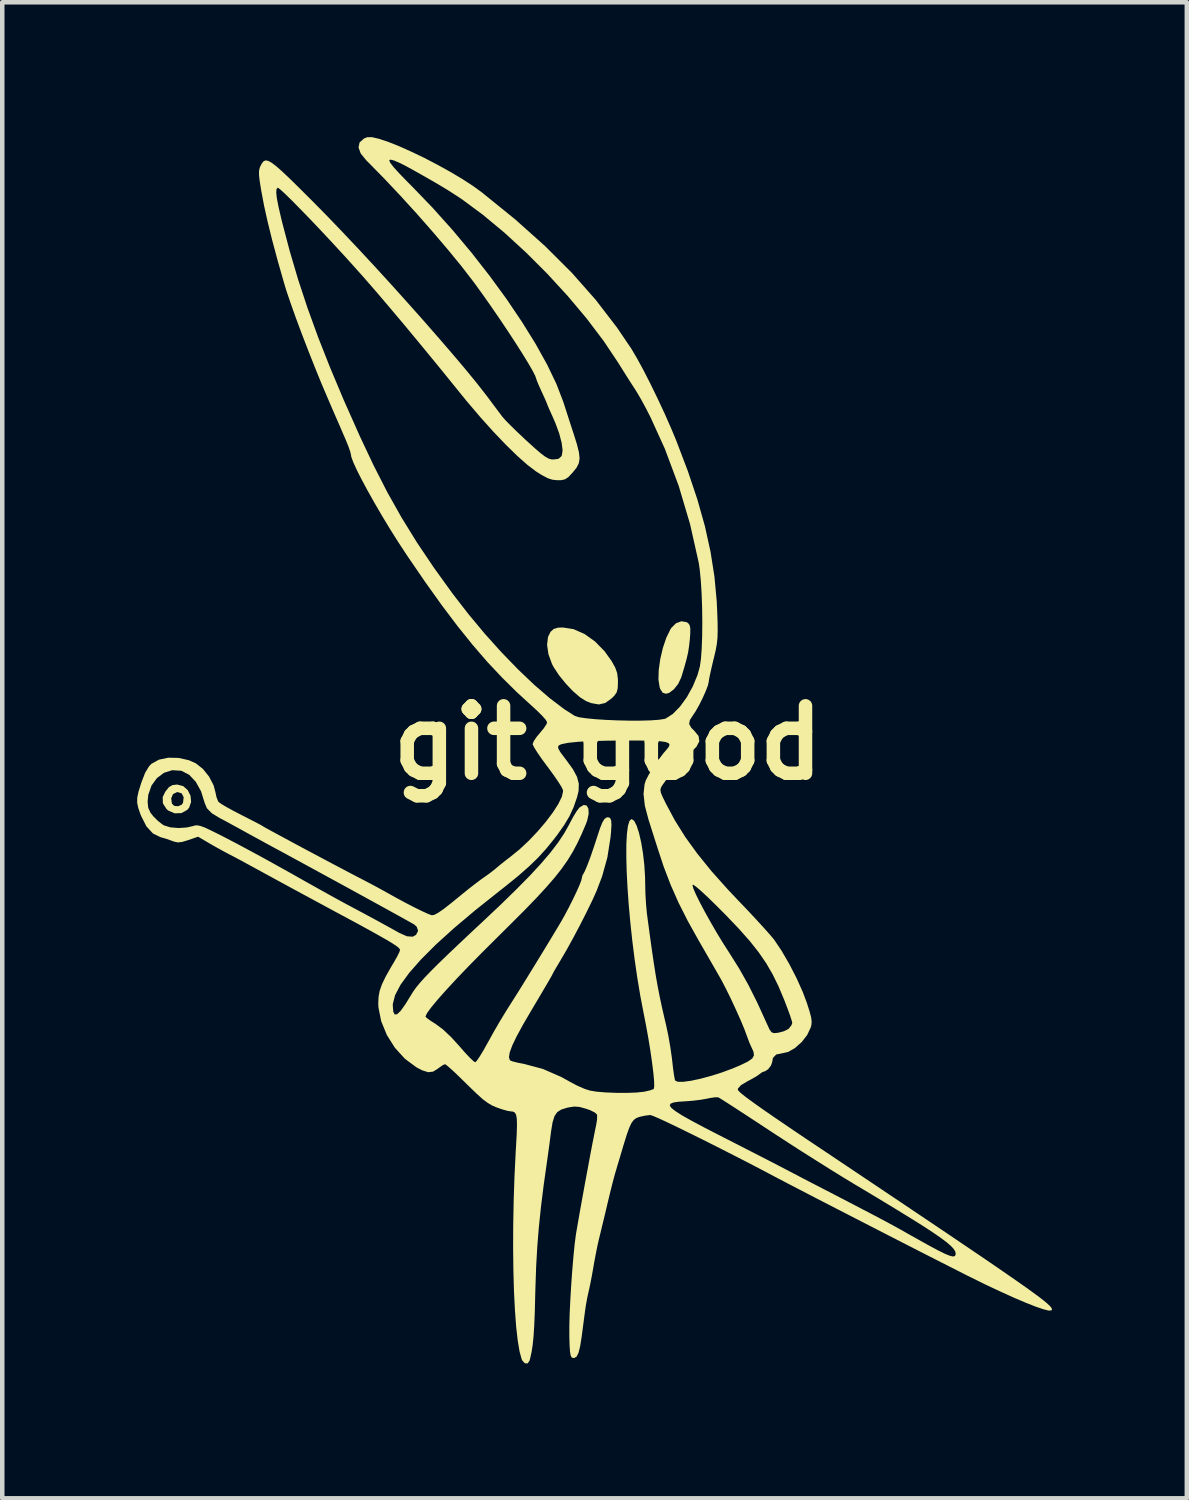
<source format=kicad_pcb>
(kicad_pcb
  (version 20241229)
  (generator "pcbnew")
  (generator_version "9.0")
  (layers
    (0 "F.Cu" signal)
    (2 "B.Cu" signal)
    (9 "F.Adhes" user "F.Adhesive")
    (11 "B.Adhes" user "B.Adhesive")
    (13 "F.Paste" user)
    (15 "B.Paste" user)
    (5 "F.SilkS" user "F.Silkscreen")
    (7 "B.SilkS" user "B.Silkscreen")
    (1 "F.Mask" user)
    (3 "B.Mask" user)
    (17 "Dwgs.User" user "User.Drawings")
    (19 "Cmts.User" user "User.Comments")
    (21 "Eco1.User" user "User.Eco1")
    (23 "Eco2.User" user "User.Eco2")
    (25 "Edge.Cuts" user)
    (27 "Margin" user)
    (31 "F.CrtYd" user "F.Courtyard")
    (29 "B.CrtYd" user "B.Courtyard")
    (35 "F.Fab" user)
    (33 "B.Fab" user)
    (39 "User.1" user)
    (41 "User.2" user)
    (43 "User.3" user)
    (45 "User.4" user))
  (footprint "git good"
    (layer "F.Cu")
    (at 10.47 13.468)
    (property "Reference" "git good" (at 0 0 0) (layer "F.SilkS") (effects (font (size 1.5 1.5) (thickness 0.3))))
    (attr board_only exclude_from_pos_files exclude_from_bom)
    (fp_poly (pts (xy 1.748 -2.683) (xy 1.784 -2.659) (xy 1.816 -2.617) (xy 1.831 -2.546) (xy 1.83 -2.427) (xy 1.821 -2.303) (xy 1.804 -2.149) (xy 1.782 -2.007) (xy 1.747 -1.856) (xy 1.696 -1.672) (xy 1.63 -1.454) (xy 1.563 -1.311) (xy 1.467 -1.19) (xy 1.362 -1.11) (xy 1.288 -1.09) (xy 1.217 -1.113) (xy 1.165 -1.192) (xy 1.149 -1.237) (xy 1.123 -1.403) (xy 1.129 -1.619) (xy 1.163 -1.861) (xy 1.221 -2.108) (xy 1.298 -2.337) (xy 1.39 -2.525) (xy 1.408 -2.553) (xy 1.512 -2.657) (xy 1.632 -2.702)) (stroke (width 0) (type solid)) (fill yes) (layer "F.SilkS"))
    (fp_poly (pts (xy -9.446 0.964) (xy -9.344 1.054) (xy -9.283 1.178) (xy -9.27 1.315) (xy -9.314 1.443) (xy -9.356 1.493) (xy -9.486 1.564) (xy -9.635 1.569) (xy -9.774 1.51) (xy -9.815 1.476) (xy -9.898 1.347) (xy -9.901 1.236) (xy -9.713 1.236) (xy -9.696 1.356) (xy -9.641 1.405) (xy -9.557 1.411) (xy -9.48 1.377) (xy -9.449 1.333) (xy -9.436 1.21) (xy -9.479 1.126) (xy -9.568 1.097) (xy -9.584 1.098) (xy -9.673 1.142) (xy -9.713 1.236) (xy -9.901 1.236) (xy -9.902 1.208) (xy -9.845 1.089) (xy -9.765 0.988) (xy -9.685 0.941) (xy -9.579 0.929)) (stroke (width 0) (type solid)) (fill yes) (layer "F.SilkS"))
    (fp_poly (pts (xy -0.766 -2.527) (xy -0.523 -2.42) (xy -0.288 -2.253) (xy -0.075 -2.035) (xy 0.079 -1.82) (xy 0.162 -1.671) (xy 0.205 -1.549) (xy 0.221 -1.417) (xy 0.222 -1.352) (xy 0.217 -1.214) (xy 0.195 -1.123) (xy 0.142 -1.047) (xy 0.078 -0.984) (xy -0.06 -0.885) (xy -0.203 -0.852) (xy -0.372 -0.882) (xy -0.485 -0.926) (xy -0.621 -1.011) (xy -0.779 -1.148) (xy -0.94 -1.318) (xy -1.089 -1.502) (xy -1.207 -1.681) (xy -1.244 -1.75) (xy -1.324 -1.971) (xy -1.354 -2.178) (xy -1.333 -2.356) (xy -1.276 -2.469) (xy -1.207 -2.531) (xy -1.113 -2.559) (xy -1.003 -2.564)) (stroke (width 0) (type solid)) (fill yes) (layer "F.SilkS"))
    (fp_poly (pts (xy -5.091 -13.431) (xy -4.884 -13.362) (xy -4.641 -13.265) (xy -4.371 -13.144) (xy -4.085 -13.007) (xy -3.795 -12.856) (xy -3.509 -12.698) (xy -3.24 -12.538) (xy -2.997 -12.38) (xy -2.807 -12.242) (xy -2.065 -11.641) (xy -1.398 -11.045) (xy -0.801 -10.449) (xy -0.27 -9.847) (xy 0.201 -9.234) (xy 0.52 -8.763) (xy 0.644 -8.553) (xy 0.79 -8.285) (xy 0.948 -7.976) (xy 1.11 -7.643) (xy 1.268 -7.304) (xy 1.412 -6.976) (xy 1.517 -6.724) (xy 1.777 -6.041) (xy 1.989 -5.409) (xy 2.156 -4.816) (xy 2.281 -4.249) (xy 2.368 -3.696) (xy 2.419 -3.146) (xy 2.429 -2.928) (xy 2.438 -2.678) (xy 2.44 -2.488) (xy 2.436 -2.337) (xy 2.422 -2.205) (xy 2.399 -2.071) (xy 2.363 -1.915) (xy 2.347 -1.852) (xy 2.304 -1.671) (xy 2.269 -1.514) (xy 2.247 -1.402) (xy 2.241 -1.356) (xy 2.223 -1.275) (xy 2.174 -1.147) (xy 2.105 -0.993) (xy 2.027 -0.837) (xy 1.95 -0.701) (xy 1.897 -0.621) (xy 1.821 -0.504) (xy 1.806 -0.415) (xy 1.855 -0.331) (xy 1.918 -0.269) (xy 2.015 -0.15) (xy 2.032 -0.033) (xy 1.969 0.087) (xy 1.908 0.149) (xy 1.806 0.247) (xy 1.676 0.385) (xy 1.535 0.543) (xy 1.399 0.701) (xy 1.285 0.84) (xy 1.212 0.94) (xy 1.178 0.998) (xy 1.166 1.05) (xy 1.178 1.115) (xy 1.22 1.213) (xy 1.287 1.35) (xy 1.488 1.726) (xy 1.719 2.095) (xy 1.988 2.467) (xy 2.302 2.855) (xy 2.671 3.268) (xy 2.922 3.533) (xy 3.115 3.735) (xy 3.298 3.931) (xy 3.46 4.108) (xy 3.591 4.255) (xy 3.68 4.36) (xy 3.697 4.381) (xy 3.861 4.625) (xy 4.032 4.919) (xy 4.194 5.234) (xy 4.333 5.544) (xy 4.424 5.787) (xy 4.483 5.973) (xy 4.518 6.103) (xy 4.53 6.197) (xy 4.524 6.274) (xy 4.509 6.332) (xy 4.431 6.498) (xy 4.309 6.655) (xy 4.161 6.787) (xy 4.007 6.876) (xy 3.876 6.905) (xy 3.742 6.932) (xy 3.668 7.01) (xy 3.655 7.089) (xy 3.627 7.175) (xy 3.563 7.259) (xy 3.49 7.307) (xy 3.473 7.309) (xy 3.418 7.333) (xy 3.375 7.366) (xy 3.305 7.416) (xy 3.19 7.482) (xy 3.099 7.53) (xy 2.958 7.614) (xy 2.893 7.687) (xy 2.887 7.713) (xy 2.907 7.745) (xy 2.97 7.803) (xy 3.079 7.889) (xy 3.238 8.005) (xy 3.449 8.155) (xy 3.717 8.34) (xy 4.044 8.563) (xy 4.434 8.826) (xy 4.614 8.946) (xy 5.316 9.416) (xy 5.954 9.844) (xy 6.531 10.231) (xy 7.05 10.58) (xy 7.514 10.892) (xy 7.925 11.17) (xy 8.287 11.415) (xy 8.603 11.631) (xy 8.875 11.818) (xy 9.107 11.979) (xy 9.302 12.116) (xy 9.462 12.232) (xy 9.591 12.327) (xy 9.692 12.405) (xy 9.767 12.468) (xy 9.82 12.517) (xy 9.853 12.554) (xy 9.87 12.582) (xy 9.873 12.603) (xy 9.866 12.619) (xy 9.863 12.623) (xy 9.805 12.628) (xy 9.684 12.598) (xy 9.505 12.537) (xy 9.278 12.447) (xy 9.009 12.332) (xy 8.705 12.194) (xy 8.374 12.038) (xy 8.024 11.865) (xy 7.955 11.831) (xy 7.645 11.673) (xy 7.296 11.496) (xy 6.919 11.304) (xy 6.523 11.101) (xy 6.117 10.893) (xy 5.712 10.685) (xy 5.315 10.481) (xy 4.938 10.287) (xy 4.589 10.107) (xy 4.278 9.946) (xy 4.014 9.809) (xy 3.807 9.7) (xy 3.715 9.652) (xy 3.399 9.485) (xy 3.072 9.315) (xy 2.74 9.145) (xy 2.414 8.979) (xy 2.099 8.821) (xy 1.806 8.676) (xy 1.542 8.547) (xy 1.316 8.439) (xy 1.136 8.355) (xy 1.009 8.301) (xy 0.946 8.279) (xy 0.943 8.278) (xy 0.839 8.29) (xy 0.713 8.316) (xy 0.703 8.319) (xy 0.632 8.345) (xy 0.574 8.387) (xy 0.523 8.456) (xy 0.472 8.565) (xy 0.415 8.725) (xy 0.346 8.948) (xy 0.323 9.025) (xy 0.268 9.211) (xy 0.214 9.391) (xy 0.172 9.534) (xy 0.161 9.57) (xy 0.131 9.678) (xy 0.088 9.844) (xy 0.038 10.045) (xy -0.014 10.262) (xy -0.022 10.297) (xy -0.074 10.517) (xy -0.125 10.727) (xy -0.168 10.906) (xy -0.199 11.032) (xy -0.202 11.044) (xy -0.232 11.175) (xy -0.268 11.355) (xy -0.306 11.555) (xy -0.322 11.65) (xy -0.356 11.842) (xy -0.391 12.023) (xy -0.421 12.165) (xy -0.433 12.215) (xy -0.462 12.349) (xy -0.492 12.516) (xy -0.507 12.619) (xy -0.529 12.782) (xy -0.555 12.983) (xy -0.581 13.182) (xy -0.583 13.199) (xy -0.618 13.419) (xy -0.655 13.568) (xy -0.699 13.653) (xy -0.754 13.683) (xy -0.78 13.681) (xy -0.809 13.666) (xy -0.83 13.623) (xy -0.844 13.54) (xy -0.853 13.404) (xy -0.859 13.201) (xy -0.859 13.184) (xy -0.859 12.971) (xy -0.852 12.701) (xy -0.837 12.393) (xy -0.818 12.066) (xy -0.794 11.737) (xy -0.768 11.427) (xy -0.741 11.154) (xy -0.713 10.937) (xy -0.704 10.883) (xy -0.663 10.646) (xy -0.615 10.372) (xy -0.561 10.074) (xy -0.505 9.766) (xy -0.448 9.461) (xy -0.395 9.173) (xy -0.346 8.916) (xy -0.304 8.704) (xy -0.273 8.549) (xy -0.261 8.493) (xy -0.242 8.374) (xy -0.241 8.283) (xy -0.245 8.266) (xy -0.293 8.222) (xy -0.395 8.171) (xy -0.488 8.138) (xy -0.634 8.098) (xy -0.751 8.09) (xy -0.882 8.11) (xy -0.911 8.117) (xy -1.039 8.157) (xy -1.128 8.214) (xy -1.189 8.303) (xy -1.232 8.441) (xy -1.265 8.641) (xy -1.27 8.682) (xy -1.296 8.884) (xy -1.325 9.095) (xy -1.35 9.274) (xy -1.352 9.288) (xy -1.429 9.834) (xy -1.49 10.323) (xy -1.537 10.774) (xy -1.572 11.209) (xy -1.597 11.649) (xy -1.613 12.114) (xy -1.618 12.296) (xy -1.627 12.658) (xy -1.639 12.951) (xy -1.654 13.188) (xy -1.673 13.382) (xy -1.698 13.546) (xy -1.73 13.69) (xy -1.743 13.74) (xy -1.786 13.802) (xy -1.849 13.799) (xy -1.907 13.735) (xy -1.918 13.71) (xy -1.966 13.537) (xy -2.007 13.291) (xy -2.042 12.981) (xy -2.069 12.613) (xy -2.09 12.196) (xy -2.103 11.738) (xy -2.109 11.247) (xy -2.107 10.73) (xy -2.097 10.195) (xy -2.079 9.651) (xy -2.052 9.104) (xy -2.044 8.966) (xy -2.029 8.698) (xy -2.023 8.5) (xy -2.027 8.362) (xy -2.043 8.273) (xy -2.072 8.223) (xy -2.116 8.201) (xy -2.164 8.197) (xy -2.24 8.184) (xy -2.362 8.149) (xy -2.472 8.111) (xy -2.576 8.066) (xy -2.577 8.066) (xy 1.374 8.066) (xy 1.41 8.121) (xy 1.503 8.194) (xy 1.654 8.29) (xy 1.868 8.41) (xy 2.147 8.559) (xy 2.496 8.738) (xy 2.584 8.783) (xy 2.876 8.932) (xy 3.161 9.078) (xy 3.427 9.214) (xy 3.66 9.334) (xy 3.849 9.432) (xy 3.981 9.501) (xy 3.998 9.51) (xy 4.138 9.583) (xy 4.332 9.685) (xy 4.562 9.804) (xy 4.81 9.932) (xy 5.048 10.055) (xy 5.483 10.281) (xy 5.855 10.475) (xy 6.16 10.636) (xy 6.396 10.764) (xy 6.5 10.822) (xy 6.603 10.88) (xy 6.741 10.958) (xy 6.845 11.016) (xy 7.12 11.17) (xy 7.334 11.285) (xy 7.493 11.364) (xy 7.605 11.409) (xy 7.678 11.425) (xy 7.718 11.412) (xy 7.732 11.376) (xy 7.733 11.361) (xy 7.723 11.313) (xy 7.688 11.256) (xy 7.626 11.189) (xy 7.53 11.106) (xy 7.396 11.006) (xy 7.22 10.885) (xy 6.998 10.74) (xy 6.723 10.568) (xy 6.393 10.365) (xy 6.002 10.128) (xy 5.546 9.855) (xy 5.523 9.842) (xy 5.257 9.681) (xy 4.942 9.486) (xy 4.599 9.27) (xy 4.245 9.046) (xy 3.9 8.823) (xy 3.587 8.619) (xy 3.322 8.444) (xy 3.077 8.284) (xy 2.862 8.144) (xy 2.683 8.028) (xy 2.551 7.944) (xy 2.472 7.895) (xy 2.455 7.886) (xy 2.388 7.883) (xy 2.275 7.899) (xy 2.209 7.913) (xy 2.064 7.939) (xy 1.881 7.961) (xy 1.72 7.973) (xy 1.566 7.983) (xy 1.455 8) (xy 1.39 8.027) (xy 1.374 8.066) (xy -2.577 8.066) (xy -2.676 8.007) (xy -2.787 7.924) (xy -2.92 7.804) (xy -3.091 7.639) (xy -3.145 7.586) (xy -3.3 7.434) (xy -3.435 7.305) (xy -3.542 7.209) (xy -3.609 7.155) (xy -3.624 7.148) (xy -3.678 7.172) (xy -3.762 7.231) (xy -3.783 7.248) (xy -3.888 7.313) (xy -3.998 7.326) (xy -4.132 7.284) (xy -4.26 7.217) (xy -4.515 7.028) (xy -4.738 6.783) (xy -4.917 6.499) (xy -5.042 6.195) (xy -5.104 5.888) (xy -5.106 5.841) (xy -4.785 5.841) (xy -4.775 5.976) (xy -4.744 6.042) (xy -4.689 6.037) (xy -4.609 5.961) (xy -4.503 5.812) (xy -4.382 5.615) (xy -4.329 5.529) (xy -4.263 5.438) (xy -4.179 5.336) (xy -4.072 5.217) (xy -3.936 5.076) (xy -3.766 4.906) (xy -3.556 4.703) (xy -3.301 4.461) (xy -2.995 4.173) (xy -2.786 3.978) (xy -2.379 3.594) (xy -2.03 3.253) (xy -1.733 2.952) (xy -1.485 2.683) (xy -1.278 2.44) (xy -1.109 2.219) (xy -0.972 2.012) (xy -0.861 1.814) (xy -0.848 1.787) (xy -0.77 1.642) (xy -0.694 1.518) (xy -0.634 1.441) (xy -0.63 1.437) (xy -0.539 1.383) (xy -0.473 1.396) (xy -0.435 1.465) (xy -0.429 1.579) (xy -0.461 1.728) (xy -0.488 1.802) (xy -0.585 2.029) (xy -0.681 2.234) (xy -0.783 2.426) (xy -0.897 2.612) (xy -1.029 2.8) (xy -1.185 2.998) (xy -1.372 3.213) (xy -1.594 3.454) (xy -1.859 3.728) (xy -2.173 4.042) (xy -2.454 4.321) (xy -2.793 4.658) (xy -3.1 4.97) (xy -3.371 5.253) (xy -3.602 5.503) (xy -3.79 5.715) (xy -3.931 5.885) (xy -4.022 6.01) (xy -4.057 6.084) (xy -4.057 6.09) (xy -4.025 6.124) (xy -3.941 6.184) (xy -3.833 6.253) (xy -3.672 6.372) (xy -3.486 6.547) (xy -3.303 6.748) (xy -3.18 6.889) (xy -3.072 7.004) (xy -2.992 7.08) (xy -2.953 7.106) (xy -2.917 7.072) (xy -2.854 6.98) (xy -2.771 6.844) (xy -2.678 6.677) (xy -2.67 6.664) (xy -2.548 6.443) (xy -2.408 6.201) (xy -2.27 5.974) (xy -2.19 5.847) (xy -2.089 5.688) (xy -1.955 5.475) (xy -1.799 5.223) (xy -1.628 4.945) (xy -1.452 4.657) (xy -1.28 4.374) (xy -1.121 4.11) (xy -1.042 3.978) (xy -0.959 3.83) (xy -0.868 3.658) (xy -0.778 3.479) (xy -0.697 3.309) (xy -0.633 3.165) (xy -0.594 3.064) (xy -0.586 3.03) (xy -0.567 2.948) (xy -0.553 2.926) (xy -0.515 2.856) (xy -0.459 2.724) (xy -0.39 2.541) (xy -0.315 2.323) (xy -0.242 2.1) (xy -0.177 1.902) (xy -0.124 1.771) (xy -0.078 1.695) (xy -0.031 1.661) (xy 0.001 1.656) (xy 0.046 1.671) (xy 0.071 1.724) (xy 0.078 1.827) (xy 0.068 1.992) (xy 0.057 2.103) (xy -0.013 2.55) (xy -0.13 2.971) (xy -0.252 3.291) (xy -0.348 3.505) (xy -0.475 3.766) (xy -0.621 4.053) (xy -0.774 4.342) (xy -0.923 4.612) (xy -1.057 4.841) (xy -1.065 4.855) (xy -1.143 4.985) (xy -1.202 5.086) (xy -1.23 5.14) (xy -1.232 5.144) (xy -1.251 5.182) (xy -1.307 5.279) (xy -1.392 5.425) (xy -1.501 5.61) (xy -1.628 5.824) (xy -1.692 5.932) (xy -1.882 6.256) (xy -2.026 6.52) (xy -2.126 6.727) (xy -2.184 6.883) (xy -2.202 6.991) (xy -2.182 7.057) (xy -2.175 7.064) (xy -2.12 7.086) (xy -2.009 7.114) (xy -1.866 7.142) (xy -1.862 7.143) (xy -1.449 7.253) (xy -1.032 7.435) (xy -0.848 7.538) (xy -0.688 7.623) (xy -0.52 7.696) (xy -0.404 7.734) (xy -0.254 7.759) (xy -0.049 7.776) (xy 0.184 7.785) (xy 0.422 7.786) (xy 0.636 7.778) (xy 0.803 7.76) (xy 0.819 7.757) (xy 0.931 7.731) (xy 1.006 7.705) (xy 1.019 7.697) (xy 1.029 7.641) (xy 1.026 7.517) (xy 1.009 7.337) (xy 0.981 7.111) (xy 0.944 6.852) (xy 0.898 6.57) (xy 0.845 6.277) (xy 0.79 5.997) (xy 0.718 5.62) (xy 0.652 5.224) (xy 0.593 4.815) (xy 0.541 4.402) (xy 0.497 3.991) (xy 0.461 3.591) (xy 0.434 3.209) (xy 0.416 2.854) (xy 0.408 2.532) (xy 0.409 2.251) (xy 0.422 2.019) (xy 0.445 1.845) (xy 0.48 1.734) (xy 0.526 1.696) (xy 0.582 1.734) (xy 0.637 1.841) (xy 0.69 2.004) (xy 0.738 2.212) (xy 0.778 2.451) (xy 0.808 2.71) (xy 0.825 2.977) (xy 0.828 3.14) (xy 0.833 3.356) (xy 0.847 3.59) (xy 0.866 3.796) (xy 0.87 3.825) (xy 0.927 4.25) (xy 0.977 4.609) (xy 1.022 4.915) (xy 1.064 5.181) (xy 1.107 5.423) (xy 1.152 5.652) (xy 1.201 5.883) (xy 1.258 6.13) (xy 1.293 6.279) (xy 1.342 6.51) (xy 1.387 6.77) (xy 1.422 7.012) (xy 1.429 7.076) (xy 1.449 7.249) (xy 1.469 7.393) (xy 1.487 7.488) (xy 1.495 7.513) (xy 1.556 7.54) (xy 1.679 7.539) (xy 1.85 7.516) (xy 2.058 7.471) (xy 2.289 7.409) (xy 2.53 7.333) (xy 2.768 7.245) (xy 2.95 7.168) (xy 3.114 7.088) (xy 3.21 7.02) (xy 3.247 6.951) (xy 3.235 6.867) (xy 3.194 6.778) (xy 3.144 6.666) (xy 3.094 6.532) (xy 3.088 6.515) (xy 3.033 6.367) (xy 2.95 6.168) (xy 2.848 5.94) (xy 2.738 5.703) (xy 2.628 5.479) (xy 2.529 5.288) (xy 2.495 5.227) (xy 2.416 5.089) (xy 2.308 4.902) (xy 2.185 4.688) (xy 2.059 4.469) (xy 2.02 4.402) (xy 1.773 3.959) (xy 1.568 3.553) (xy 1.395 3.161) (xy 1.878 3.161) (xy 1.898 3.238) (xy 1.955 3.37) (xy 2.042 3.547) (xy 2.153 3.756) (xy 2.28 3.984) (xy 2.417 4.221) (xy 2.558 4.453) (xy 2.697 4.669) (xy 2.702 4.677) (xy 2.918 5.021) (xy 3.122 5.383) (xy 3.323 5.784) (xy 3.532 6.243) (xy 3.537 6.253) (xy 3.592 6.374) (xy 3.636 6.436) (xy 3.688 6.457) (xy 3.769 6.451) (xy 3.788 6.448) (xy 3.911 6.416) (xy 4.011 6.366) (xy 4.021 6.357) (xy 4.08 6.283) (xy 4.099 6.229) (xy 4.084 6.171) (xy 4.046 6.054) (xy 3.988 5.897) (xy 3.918 5.714) (xy 3.914 5.705) (xy 3.792 5.414) (xy 3.663 5.151) (xy 3.52 4.904) (xy 3.353 4.661) (xy 3.155 4.411) (xy 2.916 4.141) (xy 2.628 3.839) (xy 2.425 3.635) (xy 2.228 3.442) (xy 2.071 3.296) (xy 1.958 3.199) (xy 1.893 3.156) (xy 1.878 3.161) (xy 1.395 3.161) (xy 1.394 3.159) (xy 1.238 2.751) (xy 1.103 2.342) (xy 1.051 2.178) (xy 0.986 1.974) (xy 0.921 1.768) (xy 0.904 1.716) (xy 0.82 1.4) (xy 0.791 1.136) (xy 0.815 0.919) (xy 0.843 0.833) (xy 0.909 0.706) (xy 1.009 0.545) (xy 1.125 0.376) (xy 1.24 0.225) (xy 1.299 0.158) (xy 1.35 0.095) (xy 1.37 0.046) (xy 1.349 0.009) (xy 1.282 -0.017) (xy 1.162 -0.034) (xy 0.981 -0.044) (xy 0.732 -0.049) (xy 0.455 -0.05) (xy 0.01 -0.047) (xy -0.363 -0.038) (xy -0.661 -0.022) (xy -0.885 0.001) (xy -1.03 0.03) (xy -1.087 0.054) (xy -1.11 0.085) (xy -1.103 0.131) (xy -1.06 0.207) (xy -0.972 0.325) (xy -0.927 0.384) (xy -0.779 0.588) (xy -0.688 0.758) (xy -0.648 0.912) (xy -0.653 1.069) (xy -0.687 1.21) (xy -0.764 1.433) (xy -0.856 1.633) (xy -0.976 1.834) (xy -1.136 2.06) (xy -1.198 2.14) (xy -1.372 2.355) (xy -1.552 2.553) (xy -1.753 2.748) (xy -1.987 2.954) (xy -2.27 3.184) (xy -2.414 3.297) (xy -2.952 3.725) (xy -3.423 4.122) (xy -3.825 4.486) (xy -4.157 4.818) (xy -4.42 5.117) (xy -4.613 5.382) (xy -4.734 5.613) (xy -4.784 5.808) (xy -4.785 5.841) (xy -5.106 5.841) (xy -5.108 5.786) (xy -5.101 5.646) (xy -5.076 5.513) (xy -5.026 5.371) (xy -4.945 5.203) (xy -4.827 4.993) (xy -4.76 4.881) (xy -4.69 4.758) (xy -4.641 4.659) (xy -4.624 4.609) (xy -4.632 4.585) (xy -4.66 4.554) (xy -4.715 4.512) (xy -4.802 4.455) (xy -4.927 4.38) (xy -5.096 4.284) (xy -5.315 4.162) (xy -5.589 4.012) (xy -5.926 3.831) (xy -6.178 3.695) (xy -6.452 3.547) (xy -6.767 3.377) (xy -7.097 3.198) (xy -7.418 3.023) (xy -7.704 2.867) (xy -7.814 2.807) (xy -8.001 2.705) (xy -8.189 2.603) (xy -8.35 2.518) (xy -8.42 2.482) (xy -8.582 2.395) (xy -8.764 2.294) (xy -8.878 2.228) (xy -9.114 2.089) (xy -9.333 2.164) (xy -9.469 2.205) (xy -9.563 2.216) (xy -9.647 2.199) (xy -9.682 2.186) (xy -9.819 2.137) (xy -9.954 2.098) (xy -10.12 2.016) (xy -10.264 1.859) (xy -10.382 1.627) (xy -10.394 1.598) (xy -10.445 1.451) (xy -10.47 1.333) (xy -10.469 1.307) (xy -10.237 1.307) (xy -10.224 1.446) (xy -10.173 1.556) (xy -10.11 1.636) (xy -10.007 1.738) (xy -9.901 1.821) (xy -9.869 1.839) (xy -9.731 1.881) (xy -9.552 1.896) (xy -9.366 1.884) (xy -9.231 1.853) (xy -9.179 1.838) (xy -9.124 1.837) (xy -9.056 1.852) (xy -8.96 1.888) (xy -8.826 1.951) (xy -8.64 2.043) (xy -8.488 2.121) (xy -8.266 2.237) (xy -7.995 2.382) (xy -7.695 2.544) (xy -7.388 2.714) (xy -7.093 2.878) (xy -7.006 2.927) (xy -6.739 3.078) (xy -6.471 3.228) (xy -6.218 3.369) (xy -5.995 3.492) (xy -5.819 3.588) (xy -5.754 3.622) (xy -5.423 3.799) (xy -5.099 3.974) (xy -4.809 4.134) (xy -4.644 4.226) (xy -4.472 4.303) (xy -4.343 4.313) (xy -4.268 4.272) (xy -4.222 4.182) (xy -4.253 4.091) (xy -4.311 4.04) (xy -4.365 4.009) (xy -4.483 3.943) (xy -4.654 3.848) (xy -4.871 3.728) (xy -5.125 3.588) (xy -5.408 3.433) (xy -5.712 3.266) (xy -6.028 3.093) (xy -6.347 2.919) (xy -6.662 2.747) (xy -6.964 2.583) (xy -7.244 2.43) (xy -7.39 2.352) (xy -7.603 2.236) (xy -7.823 2.116) (xy -8.024 2.006) (xy -8.177 1.921) (xy -8.34 1.832) (xy -8.496 1.747) (xy -8.616 1.683) (xy -8.634 1.674) (xy -8.81 1.567) (xy -8.918 1.457) (xy -8.967 1.342) (xy -9.048 1.081) (xy -9.166 0.868) (xy -9.313 0.712) (xy -9.481 0.625) (xy -9.493 0.622) (xy -9.69 0.61) (xy -9.874 0.668) (xy -10.031 0.786) (xy -10.151 0.952) (xy -10.222 1.156) (xy -10.237 1.307) (xy -10.469 1.307) (xy -10.468 1.219) (xy -10.439 1.084) (xy -10.382 0.902) (xy -10.375 0.88) (xy -10.292 0.666) (xy -10.205 0.523) (xy -10.153 0.468) (xy -9.986 0.376) (xy -9.777 0.332) (xy -9.546 0.337) (xy -9.317 0.389) (xy -9.167 0.456) (xy -9.009 0.58) (xy -8.87 0.753) (xy -8.77 0.946) (xy -8.732 1.088) (xy -8.706 1.209) (xy -8.669 1.301) (xy -8.659 1.316) (xy -8.605 1.356) (xy -8.494 1.423) (xy -8.342 1.507) (xy -8.166 1.598) (xy -8.161 1.601) (xy -7.986 1.69) (xy -7.836 1.767) (xy -7.727 1.825) (xy -7.673 1.856) (xy -7.672 1.857) (xy -7.627 1.884) (xy -7.52 1.943) (xy -7.363 2.028) (xy -7.167 2.134) (xy -6.941 2.256) (xy -6.698 2.386) (xy -6.446 2.52) (xy -6.198 2.652) (xy -5.963 2.776) (xy -5.753 2.887) (xy -5.577 2.979) (xy -5.492 3.023) (xy -5.311 3.117) (xy -5.126 3.216) (xy -4.971 3.301) (xy -4.947 3.315) (xy -4.733 3.434) (xy -4.519 3.55) (xy -4.318 3.654) (xy -4.143 3.74) (xy -4.008 3.802) (xy -3.925 3.834) (xy -3.91 3.836) (xy -3.854 3.823) (xy -3.773 3.779) (xy -3.657 3.699) (xy -3.499 3.576) (xy -3.29 3.406) (xy -3.271 3.39) (xy -3.112 3.261) (xy -2.953 3.137) (xy -2.818 3.036) (xy -2.766 2.999) (xy -2.64 2.91) (xy -2.526 2.822) (xy -2.483 2.786) (xy -2.395 2.712) (xy -2.273 2.615) (xy -2.181 2.545) (xy -1.97 2.374) (xy -1.761 2.179) (xy -1.562 1.969) (xy -1.381 1.757) (xy -1.226 1.551) (xy -1.105 1.363) (xy -1.026 1.202) (xy -0.998 1.08) (xy -1.002 1.048) (xy -1.035 0.979) (xy -1.108 0.863) (xy -1.211 0.714) (xy -1.332 0.548) (xy -1.35 0.525) (xy -1.471 0.361) (xy -1.571 0.216) (xy -1.642 0.102) (xy -1.674 0.035) (xy -1.675 0.029) (xy -1.649 -0.038) (xy -1.582 -0.137) (xy -1.514 -0.217) (xy -1.427 -0.322) (xy -1.368 -0.412) (xy -1.353 -0.456) (xy -1.382 -0.508) (xy -1.459 -0.597) (xy -1.573 -0.71) (xy -1.665 -0.795) (xy -2.018 -1.117) (xy -2.355 -1.45) (xy -2.684 -1.8) (xy -3.01 -2.178) (xy -3.343 -2.592) (xy -3.689 -3.05) (xy -4.055 -3.562) (xy -4.449 -4.137) (xy -4.491 -4.2) (xy -4.667 -4.468) (xy -4.846 -4.752) (xy -5.021 -5.042) (xy -5.188 -5.328) (xy -5.341 -5.6) (xy -5.475 -5.849) (xy -5.584 -6.064) (xy -5.663 -6.237) (xy -5.707 -6.357) (xy -5.714 -6.399) (xy -5.729 -6.467) (xy -5.77 -6.585) (xy -5.827 -6.726) (xy -5.831 -6.736) (xy -5.888 -6.868) (xy -5.968 -7.054) (xy -6.064 -7.273) (xy -6.165 -7.507) (xy -6.219 -7.632) (xy -6.366 -7.977) (xy -6.517 -8.348) (xy -6.668 -8.729) (xy -6.813 -9.106) (xy -6.946 -9.463) (xy -7.061 -9.787) (xy -7.154 -10.062) (xy -7.201 -10.217) (xy -7.348 -10.733) (xy -7.469 -11.185) (xy -7.568 -11.586) (xy -7.648 -11.947) (xy -7.702 -12.235) (xy -7.377 -12.235) (xy -7.363 -12.107) (xy -7.326 -11.918) (xy -7.267 -11.663) (xy -7.244 -11.569) (xy -7.077 -10.935) (xy -6.892 -10.307) (xy -6.683 -9.674) (xy -6.447 -9.023) (xy -6.179 -8.343) (xy -5.875 -7.62) (xy -5.529 -6.843) (xy -5.521 -6.824) (xy -5.212 -6.169) (xy -4.906 -5.57) (xy -4.589 -5.007) (xy -4.25 -4.457) (xy -3.874 -3.898) (xy -3.451 -3.311) (xy -3.104 -2.863) (xy -2.742 -2.428) (xy -2.371 -2.015) (xy -2.001 -1.633) (xy -1.64 -1.289) (xy -1.295 -0.992) (xy -0.975 -0.749) (xy -0.735 -0.596) (xy -0.646 -0.568) (xy -0.492 -0.545) (xy -0.288 -0.525) (xy -0.05 -0.509) (xy 0.208 -0.498) (xy 0.471 -0.492) (xy 0.722 -0.492) (xy 0.946 -0.498) (xy 1.129 -0.511) (xy 1.255 -0.53) (xy 1.285 -0.54) (xy 1.441 -0.64) (xy 1.601 -0.803) (xy 1.753 -1.012) (xy 1.886 -1.252) (xy 1.991 -1.505) (xy 2.044 -1.696) (xy 2.068 -1.866) (xy 2.085 -2.099) (xy 2.095 -2.378) (xy 2.098 -2.685) (xy 2.094 -3.003) (xy 2.083 -3.315) (xy 2.065 -3.603) (xy 2.041 -3.85) (xy 2.019 -4.002) (xy 1.826 -4.862) (xy 1.573 -5.714) (xy 1.265 -6.538) (xy 0.945 -7.242) (xy 0.847 -7.433) (xy 0.746 -7.62) (xy 0.655 -7.777) (xy 0.607 -7.854) (xy 0.529 -7.974) (xy 0.424 -8.138) (xy 0.308 -8.323) (xy 0.226 -8.454) (xy -0.097 -8.937) (xy -0.475 -9.436) (xy -0.896 -9.937) (xy -1.349 -10.43) (xy -1.822 -10.903) (xy -2.304 -11.345) (xy -2.783 -11.743) (xy -3.248 -12.087) (xy -3.533 -12.273) (xy -3.723 -12.388) (xy -3.934 -12.511) (xy -4.147 -12.633) (xy -4.345 -12.744) (xy -4.51 -12.834) (xy -4.625 -12.892) (xy -4.63 -12.894) (xy -4.758 -12.949) (xy -4.837 -12.969) (xy -4.865 -12.952) (xy -4.84 -12.895) (xy -4.761 -12.794) (xy -4.626 -12.646) (xy -4.433 -12.448) (xy -4.351 -12.366) (xy -3.899 -11.897) (xy -3.457 -11.404) (xy -3.032 -10.896) (xy -2.629 -10.38) (xy -2.253 -9.865) (xy -1.912 -9.359) (xy -1.609 -8.871) (xy -1.352 -8.408) (xy -1.146 -7.979) (xy -0.997 -7.592) (xy -0.99 -7.572) (xy -0.937 -7.407) (xy -0.87 -7.199) (xy -0.799 -6.98) (xy -0.763 -6.871) (xy -0.689 -6.635) (xy -0.645 -6.457) (xy -0.631 -6.323) (xy -0.649 -6.215) (xy -0.697 -6.119) (xy -0.778 -6.018) (xy -0.783 -6.012) (xy -0.878 -5.911) (xy -0.954 -5.859) (xy -1.039 -5.84) (xy -1.126 -5.839) (xy -1.237 -5.85) (xy -1.346 -5.886) (xy -1.476 -5.956) (xy -1.602 -6.036) (xy -1.79 -6.179) (xy -2.016 -6.379) (xy -2.272 -6.629) (xy -2.549 -6.919) (xy -2.839 -7.242) (xy -3.134 -7.589) (xy -3.251 -7.732) (xy -3.709 -8.298) (xy -4.124 -8.804) (xy -4.501 -9.259) (xy -4.844 -9.667) (xy -5.158 -10.036) (xy -5.449 -10.37) (xy -5.723 -10.676) (xy -5.893 -10.863) (xy -6.154 -11.146) (xy -6.404 -11.413) (xy -6.636 -11.657) (xy -6.846 -11.873) (xy -7.026 -12.056) (xy -7.172 -12.199) (xy -7.277 -12.296) (xy -7.336 -12.341) (xy -7.345 -12.344) (xy -7.371 -12.312) (xy -7.377 -12.235) (xy -7.702 -12.235) (xy -7.711 -12.281) (xy -7.714 -12.3) (xy -7.745 -12.493) (xy -7.76 -12.625) (xy -7.76 -12.716) (xy -7.745 -12.785) (xy -7.728 -12.825) (xy -7.694 -12.889) (xy -7.658 -12.932) (xy -7.614 -12.951) (xy -7.556 -12.941) (xy -7.477 -12.898) (xy -7.373 -12.818) (xy -7.236 -12.697) (xy -7.061 -12.531) (xy -6.842 -12.315) (xy -6.573 -12.047) (xy -6.552 -12.026) (xy -6.244 -11.713) (xy -5.909 -11.364) (xy -5.554 -10.988) (xy -5.188 -10.594) (xy -4.818 -10.189) (xy -4.451 -9.781) (xy -4.094 -9.38) (xy -3.755 -8.992) (xy -3.441 -8.628) (xy -3.159 -8.294) (xy -2.917 -7.998) (xy -2.723 -7.75) (xy -2.679 -7.693) (xy -2.564 -7.538) (xy -2.456 -7.394) (xy -2.371 -7.281) (xy -2.342 -7.243) (xy -2.278 -7.171) (xy -2.167 -7.058) (xy -2.024 -6.918) (xy -1.862 -6.765) (xy -1.8 -6.708) (xy -1.623 -6.547) (xy -1.492 -6.435) (xy -1.395 -6.362) (xy -1.321 -6.32) (xy -1.258 -6.302) (xy -1.212 -6.3) (xy -1.102 -6.314) (xy -1.04 -6.366) (xy -1.025 -6.395) (xy -1.009 -6.505) (xy -1.03 -6.671) (xy -1.084 -6.878) (xy -1.169 -7.11) (xy -1.232 -7.255) (xy -1.291 -7.385) (xy -1.334 -7.484) (xy -1.353 -7.53) (xy -1.353 -7.531) (xy -1.368 -7.572) (xy -1.41 -7.667) (xy -1.468 -7.795) (xy -1.474 -7.807) (xy -1.534 -7.94) (xy -1.577 -8.042) (xy -1.595 -8.094) (xy -1.595 -8.095) (xy -1.618 -8.161) (xy -1.681 -8.283) (xy -1.78 -8.453) (xy -1.908 -8.662) (xy -2.059 -8.899) (xy -2.228 -9.157) (xy -2.408 -9.426) (xy -2.594 -9.697) (xy -2.78 -9.961) (xy -2.959 -10.209) (xy -3.01 -10.277) (xy -3.262 -10.603) (xy -3.562 -10.969) (xy -3.895 -11.36) (xy -4.248 -11.762) (xy -4.61 -12.159) (xy -4.967 -12.538) (xy -5.305 -12.883) (xy -5.376 -12.954) (xy -5.498 -13.104) (xy -5.547 -13.238) (xy -5.523 -13.351) (xy -5.426 -13.437) (xy -5.353 -13.467) (xy -5.251 -13.468)) (stroke (width 0) (type solid)) (fill yes) (layer "F.SilkS")))
  (gr_rect
    (start -3 -3)
    (end 23.343 30.27)
    (stroke (width 0.1) (type default))
    (fill no)
    (layer "Edge.Cuts")))
</source>
